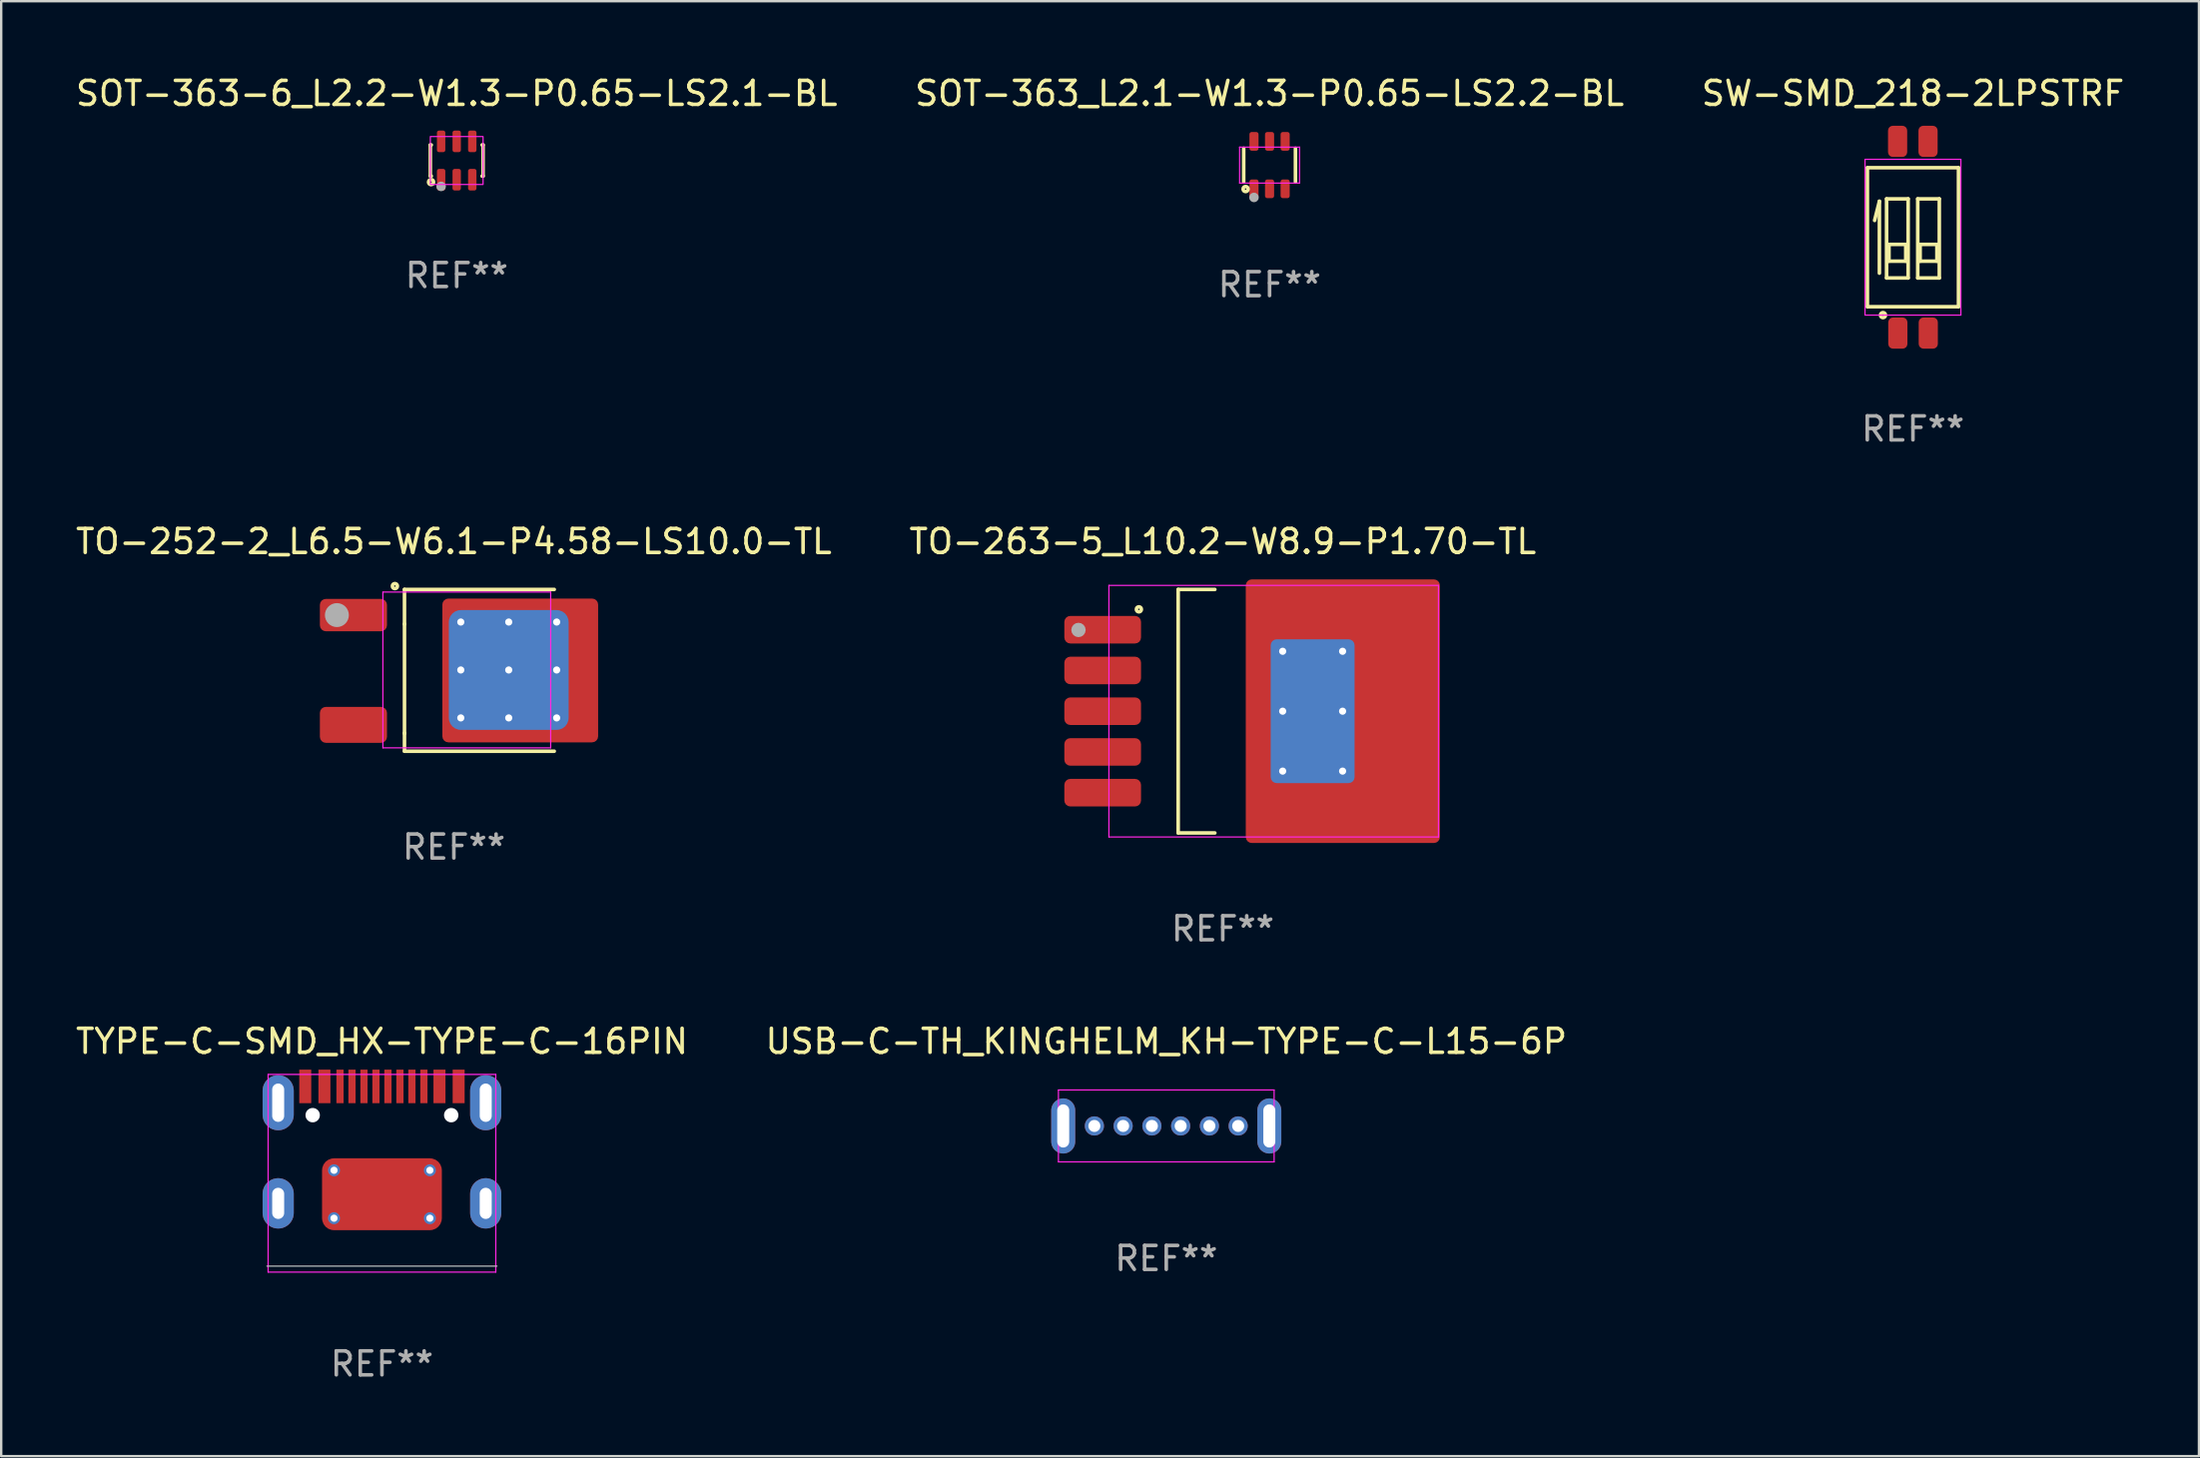
<source format=kicad_pcb>
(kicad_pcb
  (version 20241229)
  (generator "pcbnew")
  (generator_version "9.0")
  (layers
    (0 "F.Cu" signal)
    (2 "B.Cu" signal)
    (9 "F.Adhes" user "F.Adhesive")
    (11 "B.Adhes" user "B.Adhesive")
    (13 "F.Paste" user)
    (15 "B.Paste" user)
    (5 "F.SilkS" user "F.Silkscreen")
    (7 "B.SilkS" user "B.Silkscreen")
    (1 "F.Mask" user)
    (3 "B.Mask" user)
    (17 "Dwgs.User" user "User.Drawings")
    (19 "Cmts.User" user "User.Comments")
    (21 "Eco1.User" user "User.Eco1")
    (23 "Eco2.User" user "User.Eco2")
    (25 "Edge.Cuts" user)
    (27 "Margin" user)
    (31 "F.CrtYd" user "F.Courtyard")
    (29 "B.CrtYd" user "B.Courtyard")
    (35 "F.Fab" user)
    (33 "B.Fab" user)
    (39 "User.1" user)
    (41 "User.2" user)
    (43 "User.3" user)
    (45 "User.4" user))
  (footprint "TO-263-5_L10.2-W8.9-P1.70-TL"
    (layer "F.Cu")
    (at 47.97 26.625)
    (property "Reference" "TO-263-5_L10.2-W8.9-P1.70-TL" (at 0 -7.08 0) (layer "F.SilkS") (effects (font (size 1 1) (thickness 0.15))))
    (attr smd)
    (fp_line (start -1.86 -5.08) (end -0.33 -5.08) (stroke (width 0.15) (type solid)) (layer "F.SilkS"))
    (fp_line (start -1.86 5.08) (end -1.86 -5.08) (stroke (width 0.15) (type solid)) (layer "F.SilkS"))
    (fp_line (start -0.33 5.08) (end -1.86 5.08) (stroke (width 0.15) (type solid)) (layer "F.SilkS"))
    (fp_circle (center -3.5 -4.25) (end -3.47 -4.25) (stroke (width 0.15) (type solid)) (fill no) (layer "F.SilkS"))
    (fp_line (start -4.75 -5.25) (end 9 -5.25) (stroke (width 0.05) (type default)) (layer "F.CrtYd"))
    (fp_line (start -4.75 5.25) (end -4.75 -5.25) (stroke (width 0.05) (type default)) (layer "F.CrtYd"))
    (fp_line (start 9 -5.25) (end 9 5.25) (stroke (width 0.05) (type default)) (layer "F.CrtYd"))
    (fp_line (start 9 5.25) (end -4.75 5.25) (stroke (width 0.05) (type default)) (layer "F.CrtYd"))
    (fp_circle (center -6.02 -3.39) (end -5.87 -3.39) (stroke (width 0.3) (type solid)) (fill no) (layer "F.Fab"))
    (fp_text user "REF**" (at 0 9.08 0) (layer "F.Fab") (effects (font (size 1 1) (thickness 0.15))))
    (pad "1" smd roundrect (at -5.01 -3.4) (size 3.2 1.15) (layers "F.Cu" "F.Mask" "F.Paste") (roundrect_rratio 0.217))
    (pad "2" smd roundrect (at -5.01 -1.7) (size 3.2 1.15) (layers "F.Cu" "F.Mask" "F.Paste") (roundrect_rratio 0.217))
    (pad "3" smd roundrect (at -5.01 0) (size 3.2 1.15) (layers "F.Cu" "F.Mask" "F.Paste") (roundrect_rratio 0.217))
    (pad "4" smd roundrect (at -5.01 1.7) (size 3.2 1.15) (layers "F.Cu" "F.Mask" "F.Paste") (roundrect_rratio 0.217))
    (pad "5" smd roundrect (at -5.01 3.4) (size 3.2 1.15) (layers "F.Cu" "F.Mask" "F.Paste") (roundrect_rratio 0.217))
    (pad "6" thru_hole circle (at 2.5 -2.5 90) (size 0.5 0.5) (drill 0.3) (layers "*.Cu" "*.Mask"))
    (pad "6" thru_hole circle (at 2.5 0 90) (size 0.5 0.5) (drill 0.3) (layers "*.Cu" "*.Mask"))
    (pad "6" thru_hole circle (at 2.5 2.5 90) (size 0.5 0.5) (drill 0.3) (layers "*.Cu" "*.Mask"))
    (pad "6" smd roundrect (at 3.75 0 180) (size 3.5 6) (layers "B.Cu") (roundrect_rratio 0.071))
    (pad "6" thru_hole circle (at 5 -2.5 90) (size 0.5 0.5) (drill 0.3) (layers "*.Cu" "*.Mask"))
    (pad "6" thru_hole circle (at 5 0 90) (size 0.5 0.5) (drill 0.3) (layers "*.Cu" "*.Mask"))
    (pad "6" thru_hole circle (at 5 2.5 90) (size 0.5 0.5) (drill 0.3) (layers "*.Cu" "*.Mask"))
    (pad "6" smd roundrect (at 5.01 0 90) (size 11 8.1) (layers "F.Cu" "F.Mask" "F.Paste") (roundrect_rratio 0.031)))
  (footprint "TO-252-2_L6.5-W6.1-P4.58-LS10.0-TL"
    (layer "F.Cu")
    (at 15.177 24.905)
    (property "Reference" "TO-252-2_L6.5-W6.1-P4.58-LS10.0-TL" (at 0.71 -5.36 0) (layer "F.SilkS") (effects (font (size 1 1) (thickness 0.15))))
    (attr through_hole)
    (fp_line (start -1.35 -3.36) (end -1.35 3.39) (stroke (width 0.15) (type solid)) (layer "F.SilkS"))
    (fp_line (start -1.35 -1.91) (end -1.35 -1.92) (stroke (width 0.15) (type solid)) (layer "F.SilkS"))
    (fp_line (start -1.35 2.65) (end -1.35 2.63) (stroke (width 0.15) (type solid)) (layer "F.SilkS"))
    (fp_line (start 4.9 -3.36) (end -1.35 -3.36) (stroke (width 0.15) (type solid)) (layer "F.SilkS"))
    (fp_line (start 4.9 3.39) (end -1.35 3.39) (stroke (width 0.15) (type solid)) (layer "F.SilkS"))
    (fp_circle (center -1.75 -3.5) (end -1.72 -3.5) (stroke (width 0.15) (type solid)) (fill no) (layer "F.SilkS"))
    (fp_line (start -2.25 -3.25) (end 4.75 -3.25) (stroke (width 0.05) (type default)) (layer "F.CrtYd"))
    (fp_line (start -2.25 3.25) (end -2.25 -3.25) (stroke (width 0.05) (type default)) (layer "F.CrtYd"))
    (fp_line (start 4.75 -3.25) (end 4.75 3.25) (stroke (width 0.05) (type default)) (layer "F.CrtYd"))
    (fp_line (start 4.75 3.25) (end -2.25 3.25) (stroke (width 0.05) (type default)) (layer "F.CrtYd"))
    (fp_circle (center -4.17 -2.29) (end -3.92 -2.29) (stroke (width 0.5) (type solid)) (fill no) (layer "F.Fab"))
    (fp_text user "REF**" (at 0.71 7.39 0) (layer "F.Fab") (effects (font (size 1 1) (thickness 0.15))))
    (pad "1" smd roundrect (at -3.48 -2.29) (size 2.8 1.35) (layers "F.Cu" "F.Mask" "F.Paste") (roundrect_rratio 0.185))
    (pad "3" smd roundrect (at -3.48 2.29) (size 2.8 1.5) (layers "F.Cu" "F.Mask" "F.Paste") (roundrect_rratio 0.167))
    (pad "4" thru_hole circle (at 1 -2) (size 0.5 0.5) (drill 0.3) (layers "*.Cu" "*.Mask"))
    (pad "4" thru_hole circle (at 1 0) (size 0.5 0.5) (drill 0.3) (layers "*.Cu" "*.Mask"))
    (pad "4" thru_hole circle (at 1 2) (size 0.5 0.5) (drill 0.3) (layers "*.Cu" "*.Mask"))
    (pad "4" thru_hole circle (at 3 -2) (size 0.5 0.5) (drill 0.3) (layers "*.Cu" "*.Mask"))
    (pad "4" thru_hole circle (at 3 0) (size 0.5 0.5) (drill 0.3) (layers "*.Cu" "*.Mask"))
    (pad "4" smd roundrect (at 3 0) (size 5 5) (layers "B.Cu") (roundrect_rratio 0.1))
    (pad "4" thru_hole circle (at 3 2) (size 0.5 0.5) (drill 0.3) (layers "*.Cu" "*.Mask"))
    (pad "4" smd roundrect (at 3.48 0.02) (size 6.5 6) (layers "F.Cu" "F.Mask" "F.Paste") (roundrect_rratio 0.042))
    (pad "4" thru_hole circle (at 5 -2) (size 0.5 0.5) (drill 0.3) (layers "*.Cu" "*.Mask"))
    (pad "4" thru_hole circle (at 5 0) (size 0.5 0.5) (drill 0.3) (layers "*.Cu" "*.Mask"))
    (pad "4" thru_hole circle (at 5 2) (size 0.5 0.5) (drill 0.3) (layers "*.Cu" "*.Mask")))
  (footprint "SW-SMD_218-2LPSTRF"
    (layer "F.Cu")
    (at 76.768 6.848)
    (property "Reference" "SW-SMD_218-2LPSTRF" (at 0 -6 0) (layer "F.SilkS") (effects (font (size 1 1) (thickness 0.15))))
    (attr smd)
    (fp_line (start -1.9 -2.9) (end -1.9 2.9) (stroke (width 0.15) (type solid)) (layer "F.SilkS"))
    (fp_line (start -1.9 2.9) (end 1.9 2.9) (stroke (width 0.15) (type solid)) (layer "F.SilkS"))
    (fp_line (start -1.4 -1.5) (end -1.6 -0.7) (stroke (width 0.15) (type solid)) (layer "F.SilkS"))
    (fp_line (start -1.4 1.5) (end -1.4 -1.5) (stroke (width 0.15) (type solid)) (layer "F.SilkS"))
    (fp_line (start -1.1 -1.6) (end -0.2 -1.6) (stroke (width 0.15) (type solid)) (layer "F.SilkS"))
    (fp_line (start -1.1 1.7) (end -1.1 -1.6) (stroke (width 0.15) (type solid)) (layer "F.SilkS"))
    (fp_line (start -1 0.3) (end -1 1) (stroke (width 0.15) (type solid)) (layer "F.SilkS"))
    (fp_line (start -1 1) (end -0.3 1) (stroke (width 0.15) (type solid)) (layer "F.SilkS"))
    (fp_line (start -0.3 0.3) (end -1 0.3) (stroke (width 0.15) (type solid)) (layer "F.SilkS"))
    (fp_line (start -0.3 1) (end -0.3 0.3) (stroke (width 0.15) (type solid)) (layer "F.SilkS"))
    (fp_line (start -0.2 -1.6) (end -0.2 1.7) (stroke (width 0.15) (type solid)) (layer "F.SilkS"))
    (fp_line (start -0.2 1.7) (end -1.1 1.7) (stroke (width 0.15) (type solid)) (layer "F.SilkS"))
    (fp_line (start 0.2 -1.6) (end 1.1 -1.6) (stroke (width 0.15) (type solid)) (layer "F.SilkS"))
    (fp_line (start 0.2 1.7) (end 0.2 -1.6) (stroke (width 0.15) (type solid)) (layer "F.SilkS"))
    (fp_line (start 0.3 0.3) (end 0.3 1) (stroke (width 0.15) (type solid)) (layer "F.SilkS"))
    (fp_line (start 0.3 1) (end 1 1) (stroke (width 0.15) (type solid)) (layer "F.SilkS"))
    (fp_line (start 1 0.3) (end 0.3 0.3) (stroke (width 0.15) (type solid)) (layer "F.SilkS"))
    (fp_line (start 1 1) (end 1 0.3) (stroke (width 0.15) (type solid)) (layer "F.SilkS"))
    (fp_line (start 1.1 -1.6) (end 1.1 1.7) (stroke (width 0.15) (type solid)) (layer "F.SilkS"))
    (fp_line (start 1.1 1.7) (end 0.2 1.7) (stroke (width 0.15) (type solid)) (layer "F.SilkS"))
    (fp_line (start 1.9 -2.9) (end -1.9 -2.9) (stroke (width 0.15) (type solid)) (layer "F.SilkS"))
    (fp_line (start 1.9 2.9) (end 1.9 -2.9) (stroke (width 0.15) (type solid)) (layer "F.SilkS"))
    (fp_circle (center -1.25 3.25) (end -1.22 3.25) (stroke (width 0.15) (type solid)) (fill no) (layer "F.SilkS"))
    (fp_line (start -2 -3.25) (end 2 -3.25) (stroke (width 0.05) (type default)) (layer "F.CrtYd"))
    (fp_line (start -2 3.25) (end -2 -3.25) (stroke (width 0.05) (type default)) (layer "F.CrtYd"))
    (fp_line (start 2 -3.25) (end 2 3.25) (stroke (width 0.05) (type default)) (layer "F.CrtYd"))
    (fp_line (start 2 3.25) (end -2 3.25) (stroke (width 0.05) (type default)) (layer "F.CrtYd"))
    (fp_text user "REF**" (at 0 8 0) (layer "F.Fab") (effects (font (size 1 1) (thickness 0.15))))
    (pad "1" smd roundrect (at -0.63 4 90) (size 1.3 0.8) (layers "F.Cu" "F.Mask" "F.Paste") (roundrect_rratio 0.25))
    (pad "2" smd roundrect (at 0.64 4 90) (size 1.3 0.8) (layers "F.Cu" "F.Mask" "F.Paste") (roundrect_rratio 0.25))
    (pad "3" smd roundrect (at 0.63 -4 90) (size 1.3 0.8) (layers "F.Cu" "F.Mask" "F.Paste") (roundrect_rratio 0.25))
    (pad "4" smd roundrect (at -0.64 -4 90) (size 1.3 0.8) (layers "F.Cu" "F.Mask" "F.Paste") (roundrect_rratio 0.25)))
  (footprint "TYPE-C-SMD_HX-TYPE-C-16PIN"
    (layer "F.Cu")
    (at 12.887 44.781)
    (property "Reference" "TYPE-C-SMD_HX-TYPE-C-16PIN" (at 0 -4.38 0) (layer "F.SilkS") (effects (font (size 1 1) (thickness 0.15))))
    (attr through_hole)
    (fp_line (start -4.8 5) (end 4.8 5) (stroke (width 0.05) (type default)) (layer "Dwgs.User"))
    (fp_line (start -4.75 -3) (end 4.75 -3) (stroke (width 0.05) (type default)) (layer "F.CrtYd"))
    (fp_line (start -4.75 5.25) (end -4.75 -3) (stroke (width 0.05) (type default)) (layer "F.CrtYd"))
    (fp_line (start 4.75 -3) (end 4.75 5.25) (stroke (width 0.05) (type default)) (layer "F.CrtYd"))
    (fp_line (start 4.75 5.25) (end -4.75 5.25) (stroke (width 0.05) (type default)) (layer "F.CrtYd"))
    (fp_text user "REF**" (at 0 9.08 0) (layer "F.Fab") (effects (font (size 1 1) (thickness 0.15))))
    (pad "" np_thru_hole circle (at -2.89 -1.3) (size 0.6 0.6) (drill 0.6) (layers "*.Cu" "*.Mask"))
    (pad "" np_thru_hole circle (at 2.89 -1.3) (size 0.6 0.6) (drill 0.6) (layers "*.Cu" "*.Mask"))
    (pad "A5" smd rect (at -1.25 -2.5) (size 0.3 1.4) (layers "F.Cu" "F.Mask" "F.Paste"))
    (pad "A6" smd rect (at -0.25 -2.5) (size 0.3 1.4) (layers "F.Cu" "F.Mask" "F.Paste"))
    (pad "A7" smd rect (at 0.25 -2.5) (size 0.3 1.4) (layers "F.Cu" "F.Mask" "F.Paste"))
    (pad "A8" smd rect (at 1.25 -2.5) (size 0.3 1.4) (layers "F.Cu" "F.Mask" "F.Paste"))
    (pad "A9B4" smd rect (at 2.4 -2.5) (size 0.5 1.4) (layers "F.Cu" "F.Mask" "F.Paste"))
    (pad "A12B1" smd rect (at 3.2 -2.5) (size 0.5 1.4) (layers "F.Cu" "F.Mask" "F.Paste"))
    (pad "B5" smd rect (at 1.75 -2.5) (size 0.3 1.4) (layers "F.Cu" "F.Mask" "F.Paste"))
    (pad "B6" smd rect (at 0.75 -2.5) (size 0.3 1.4) (layers "F.Cu" "F.Mask" "F.Paste"))
    (pad "B7" smd rect (at -0.75 -2.5) (size 0.3 1.4) (layers "F.Cu" "F.Mask" "F.Paste"))
    (pad "B8" smd rect (at -1.75 -2.5) (size 0.3 1.4) (layers "F.Cu" "F.Mask" "F.Paste"))
    (pad "B9A4" smd rect (at -2.4 -2.5) (size 0.5 1.4) (layers "F.Cu" "F.Mask" "F.Paste"))
    (pad "B12A1" smd rect (at -3.2 -2.5) (size 0.5 1.4) (layers "F.Cu" "F.Mask" "F.Paste"))
    (pad "S1" thru_hole oval (at -4.33 -1.82) (size 1.3 2.3) (drill oval 0.5 1.6) (layers "*.Cu" "*.Mask"))
    (pad "S1" thru_hole oval (at -4.33 2.38) (size 1.3 2.1) (drill oval 0.5 1.3) (layers "*.Cu" "*.Mask"))
    (pad "S1" thru_hole circle (at -2 1) (size 0.5 0.5) (drill 0.3) (layers "*.Cu" "*.Mask"))
    (pad "S1" thru_hole circle (at -2 3) (size 0.5 0.5) (drill 0.3) (layers "*.Cu" "*.Mask"))
    (pad "S1" smd roundrect (at 0 2) (size 5 3) (layers "F.Cu" "F.Mask" "F.Paste") (roundrect_rratio 0.167))
    (pad "S1" thru_hole circle (at 2 1) (size 0.5 0.5) (drill 0.3) (layers "*.Cu" "*.Mask"))
    (pad "S1" thru_hole circle (at 2 3) (size 0.5 0.5) (drill 0.3) (layers "*.Cu" "*.Mask"))
    (pad "S1" thru_hole oval (at 4.33 -1.82) (size 1.3 2.3) (drill oval 0.5 1.6) (layers "*.Cu" "*.Mask"))
    (pad "S1" thru_hole oval (at 4.33 2.38) (size 1.3 2.1) (drill oval 0.5 1.3) (layers "*.Cu" "*.Mask")))
  (footprint "SOT-363_L2.1-W1.3-P0.65-LS2.2-BL"
    (layer "F.Cu")
    (at 49.923 3.838)
    (property "Reference" "SOT-363_L2.1-W1.3-P0.65-LS2.2-BL" (at 0 -2.99 0) (layer "F.SilkS") (effects (font (size 1 1) (thickness 0.15))))
    (attr smd)
    (fp_line (start -1.08 0.7) (end -1.08 -0.7) (stroke (width 0.15) (type solid)) (layer "F.SilkS"))
    (fp_line (start 1.08 0.7) (end 1.08 -0.7) (stroke (width 0.15) (type solid)) (layer "F.SilkS"))
    (fp_circle (center -1 1) (end -0.97 1) (stroke (width 0.15) (type solid)) (fill no) (layer "F.SilkS"))
    (fp_line (start -1.25 -0.75) (end 1.25 -0.75) (stroke (width 0.05) (type default)) (layer "F.CrtYd"))
    (fp_line (start -1.25 0.75) (end -1.25 -0.75) (stroke (width 0.05) (type default)) (layer "F.CrtYd"))
    (fp_line (start 1.25 -0.75) (end 1.25 0.75) (stroke (width 0.05) (type default)) (layer "F.CrtYd"))
    (fp_line (start 1.25 0.75) (end -1.25 0.75) (stroke (width 0.05) (type default)) (layer "F.CrtYd"))
    (fp_circle (center -0.65 1.35) (end -0.55 1.35) (stroke (width 0.2) (type solid)) (fill no) (layer "F.Fab"))
    (fp_text user "REF**" (at 0 4.99 0) (layer "F.Fab") (effects (font (size 1 1) (thickness 0.15))))
    (pad "1" smd roundrect (at -0.65 0.99) (size 0.38 0.78) (layers "F.Cu" "F.Mask" "F.Paste") (roundrect_rratio 0.25))
    (pad "2" smd roundrect (at 0 0.99) (size 0.38 0.78) (layers "F.Cu" "F.Mask" "F.Paste") (roundrect_rratio 0.25))
    (pad "3" smd roundrect (at 0.65 0.99) (size 0.38 0.78) (layers "F.Cu" "F.Mask" "F.Paste") (roundrect_rratio 0.25))
    (pad "4" smd roundrect (at 0.65 -0.99) (size 0.38 0.78) (layers "F.Cu" "F.Mask" "F.Paste") (roundrect_rratio 0.25))
    (pad "5" smd roundrect (at 0 -0.99) (size 0.38 0.78) (layers "F.Cu" "F.Mask" "F.Paste") (roundrect_rratio 0.25))
    (pad "6" smd roundrect (at -0.65 -0.99) (size 0.38 0.78) (layers "F.Cu" "F.Mask" "F.Paste") (roundrect_rratio 0.25)))
  (footprint "SOT-363-6_L2.2-W1.3-P0.65-LS2.1-BL"
    (layer "F.Cu")
    (at 16.006 3.648)
    (property "Reference" "SOT-363-6_L2.2-W1.3-P0.65-LS2.1-BL" (at 0 -2.8 0) (layer "F.SilkS") (effects (font (size 1 1) (thickness 0.15))))
    (attr smd)
    (fp_line (start -1.1 -0.65) (end -1.1 0.65) (stroke (width 0.15) (type solid)) (layer "F.SilkS"))
    (fp_line (start -1.1 -0.65) (end -1.06 -0.65) (stroke (width 0.15) (type solid)) (layer "F.SilkS"))
    (fp_line (start -1.1 0.65) (end -1.06 0.65) (stroke (width 0.15) (type solid)) (layer "F.SilkS"))
    (fp_line (start 1.06 -0.65) (end 1.1 -0.65) (stroke (width 0.15) (type solid)) (layer "F.SilkS"))
    (fp_line (start 1.06 0.65) (end 1.1 0.65) (stroke (width 0.15) (type solid)) (layer "F.SilkS"))
    (fp_line (start 1.1 -0.65) (end 1.1 0.65) (stroke (width 0.15) (type solid)) (layer "F.SilkS"))
    (fp_circle (center -1.07 0.9) (end -1.04 0.9) (stroke (width 0.15) (type solid)) (fill no) (layer "F.SilkS"))
    (fp_rect (start -1.1 -1) (end 1.1 1) (stroke (width 0.05) (type default)) (fill no) (layer "F.CrtYd"))
    (fp_circle (center -0.65 1.08) (end -0.55 1.08) (stroke (width 0.2) (type solid)) (fill no) (layer "F.Fab"))
    (fp_text user "REF**" (at 0 4.8 0) (layer "F.Fab") (effects (font (size 1 1) (thickness 0.15))))
    (pad "1" smd roundrect (at -0.65 0.8) (size 0.35 0.9) (layers "F.Cu" "F.Mask" "F.Paste") (roundrect_rratio 0.25))
    (pad "2" smd roundrect (at 0 0.8) (size 0.35 0.9) (layers "F.Cu" "F.Mask" "F.Paste") (roundrect_rratio 0.25))
    (pad "3" smd roundrect (at 0.65 0.8) (size 0.35 0.9) (layers "F.Cu" "F.Mask" "F.Paste") (roundrect_rratio 0.25))
    (pad "4" smd roundrect (at 0.65 -0.8) (size 0.35 0.9) (layers "F.Cu" "F.Mask" "F.Paste") (roundrect_rratio 0.25))
    (pad "5" smd roundrect (at 0 -0.8) (size 0.35 0.9) (layers "F.Cu" "F.Mask" "F.Paste") (roundrect_rratio 0.25))
    (pad "6" smd roundrect (at -0.65 -0.8) (size 0.35 0.9) (layers "F.Cu" "F.Mask" "F.Paste") (roundrect_rratio 0.25)))
  (footprint "USB-C-TH_KINGHELM_KH-TYPE-C-L15-6P"
    (layer "F.Cu")
    (at 45.613 43.931)
    (property "Reference" "USB-C-TH_KINGHELM_KH-TYPE-C-L15-6P" (at 0 -3.53 0) (layer "F.SilkS") (effects (font (size 1 1) (thickness 0.15))))
    (attr through_hole)
    (fp_line (start -4.5 -1.5) (end 4.5 -1.5) (stroke (width 0.05) (type default)) (layer "F.CrtYd"))
    (fp_line (start -4.5 1.5) (end -4.5 -1.5) (stroke (width 0.05) (type default)) (layer "F.CrtYd"))
    (fp_line (start 4.5 -1.5) (end 4.5 1.5) (stroke (width 0.05) (type default)) (layer "F.CrtYd"))
    (fp_line (start 4.5 1.5) (end -4.5 1.5) (stroke (width 0.05) (type default)) (layer "F.CrtYd"))
    (fp_text user "REF**" (at 0 5.53 0) (layer "F.Fab") (effects (font (size 1 1) (thickness 0.15))))
    (pad "7" thru_hole oval (at 4.3 0) (size 1 2.3) (drill oval 0.5 1.8) (layers "*.Cu" "*.Mask"))
    (pad "8" thru_hole oval (at -4.3 0) (size 1 2.3) (drill oval 0.5 1.8) (layers "*.Cu" "*.Mask"))
    (pad "A5" thru_hole circle (at -0.6 0) (size 0.8 0.8) (drill 0.5) (layers "*.Cu" "*.Mask"))
    (pad "A9" thru_hole circle (at 1.8 0) (size 0.8 0.8) (drill 0.5) (layers "*.Cu" "*.Mask"))
    (pad "A12" thru_hole circle (at 3 0) (size 0.8 0.8) (drill 0.5) (layers "*.Cu" "*.Mask"))
    (pad "B5" thru_hole circle (at 0.6 0) (size 0.8 0.8) (drill 0.5) (layers "*.Cu" "*.Mask"))
    (pad "B9" thru_hole circle (at -1.8 0) (size 0.8 0.8) (drill 0.5) (layers "*.Cu" "*.Mask"))
    (pad "B12" thru_hole circle (at -3 0) (size 0.8 0.8) (drill 0.5) (layers "*.Cu" "*.Mask")))
  (gr_rect
    (start -3 -3)
    (end 88.702 57.709)
    (stroke (width 0.1) (type default))
    (fill no)
    (layer "Edge.Cuts")))
</source>
